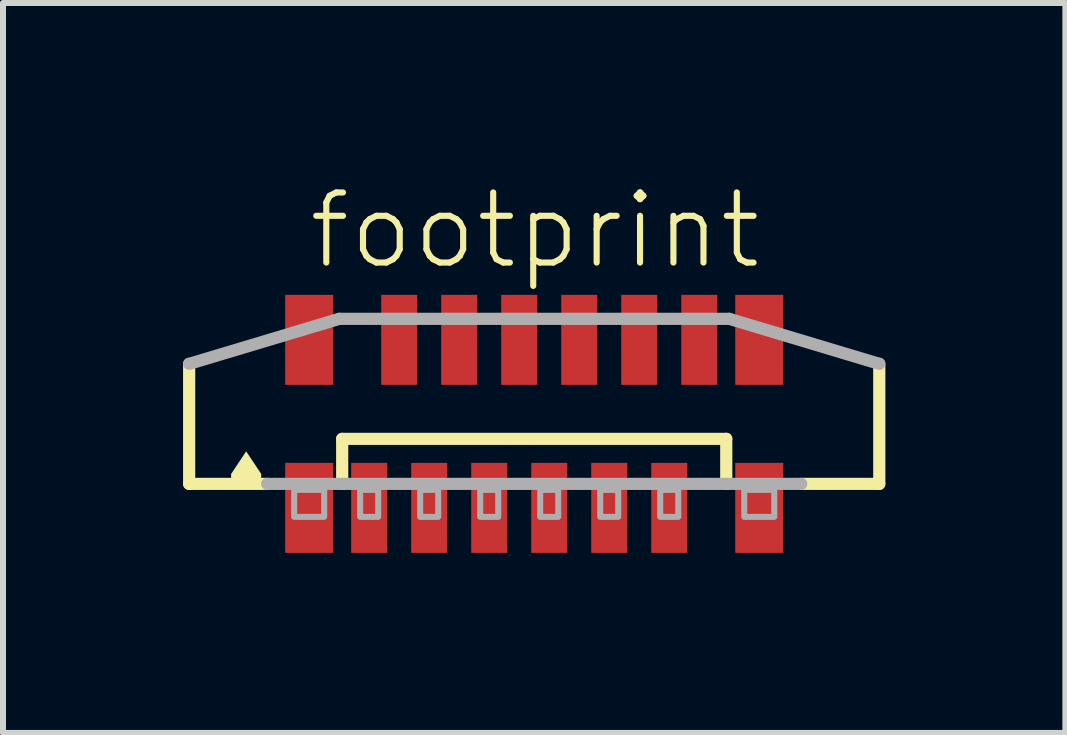
<source format=kicad_pcb>
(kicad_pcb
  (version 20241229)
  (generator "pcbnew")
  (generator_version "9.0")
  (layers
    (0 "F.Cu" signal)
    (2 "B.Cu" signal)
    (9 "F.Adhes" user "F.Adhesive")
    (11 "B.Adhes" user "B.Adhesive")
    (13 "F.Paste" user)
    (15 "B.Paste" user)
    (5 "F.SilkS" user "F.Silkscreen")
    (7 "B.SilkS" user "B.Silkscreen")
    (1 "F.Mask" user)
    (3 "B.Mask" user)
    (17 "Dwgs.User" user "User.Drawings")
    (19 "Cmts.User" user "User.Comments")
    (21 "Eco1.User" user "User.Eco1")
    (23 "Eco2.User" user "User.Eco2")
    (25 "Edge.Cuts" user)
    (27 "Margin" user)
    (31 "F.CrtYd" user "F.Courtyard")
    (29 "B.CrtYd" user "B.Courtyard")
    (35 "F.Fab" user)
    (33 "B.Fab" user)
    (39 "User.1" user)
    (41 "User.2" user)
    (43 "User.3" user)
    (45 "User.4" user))
  (footprint "footprint"
    (layer "F.Cu")
    (at 5.852 4.013)
    (property "Reference" "footprint" (at -3.81 -2.54 0) (layer "F.SilkS") (effects (font (size 1.168 1.168) (thickness 0.102)) (justify left bottom)))
    (fp_line (start -5.75 1) (end -5.75 -1) (stroke (width 0.203) (type solid)) (layer "F.SilkS"))
    (fp_line (start -4.45 1) (end -5.75 1) (stroke (width 0.203) (type solid)) (layer "F.SilkS"))
    (fp_line (start -3.2 0.25) (end 3.2 0.25) (stroke (width 0.203) (type solid)) (layer "F.SilkS"))
    (fp_line (start -3.2 1) (end -3.2 0.25) (stroke (width 0.203) (type solid)) (layer "F.SilkS"))
    (fp_line (start 3.2 0.25) (end 3.2 1) (stroke (width 0.203) (type solid)) (layer "F.SilkS"))
    (fp_line (start 5.75 -1) (end 5.75 1) (stroke (width 0.203) (type solid)) (layer "F.SilkS"))
    (fp_line (start 5.75 1) (end 4.45 1) (stroke (width 0.203) (type solid)) (layer "F.SilkS"))
    (fp_poly (pts (xy -4.549 0.835) (xy -4.549 1.001) (xy -5.051 1.001) (xy -5.051 0.835) (xy -4.8 0.458)) (stroke (width 0) (type solid)) (fill yes) (layer "F.SilkS"))
    (fp_line (start -5.75 -1) (end -3.25 -1.75) (stroke (width 0.203) (type solid)) (layer "F.Fab"))
    (fp_line (start -3.25 -1.75) (end 3.25 -1.75) (stroke (width 0.203) (type solid)) (layer "F.Fab"))
    (fp_line (start 3.25 -1.75) (end 5.75 -1) (stroke (width 0.203) (type solid)) (layer "F.Fab"))
    (fp_line (start 4.45 1) (end -4.45 1) (stroke (width 0.203) (type solid)) (layer "F.Fab"))
    (fp_poly (pts (xy -4 1.55) (xy -3.5 1.55) (xy -3.5 1.1) (xy -4 1.1)) (stroke (width 0.1) (type solid)) (fill no) (layer "F.Fab"))
    (fp_poly (pts (xy -2.9 1.55) (xy -2.6 1.55) (xy -2.6 1.1) (xy -2.9 1.1)) (stroke (width 0.1) (type solid)) (fill no) (layer "F.Fab"))
    (fp_poly (pts (xy -1.9 1.55) (xy -1.6 1.55) (xy -1.6 1.1) (xy -1.9 1.1)) (stroke (width 0.1) (type solid)) (fill no) (layer "F.Fab"))
    (fp_poly (pts (xy -0.9 1.55) (xy -0.6 1.55) (xy -0.6 1.1) (xy -0.9 1.1)) (stroke (width 0.1) (type solid)) (fill no) (layer "F.Fab"))
    (fp_poly (pts (xy 0.1 1.55) (xy 0.4 1.55) (xy 0.4 1.1) (xy 0.1 1.1)) (stroke (width 0.1) (type solid)) (fill no) (layer "F.Fab"))
    (fp_poly (pts (xy 1.1 1.55) (xy 1.4 1.55) (xy 1.4 1.1) (xy 1.1 1.1)) (stroke (width 0.1) (type solid)) (fill no) (layer "F.Fab"))
    (fp_poly (pts (xy 2.1 1.55) (xy 2.4 1.55) (xy 2.4 1.1) (xy 2.1 1.1)) (stroke (width 0.1) (type solid)) (fill no) (layer "F.Fab"))
    (fp_poly (pts (xy 3.5 1.55) (xy 4 1.55) (xy 4 1.1) (xy 3.5 1.1)) (stroke (width 0.1) (type solid)) (fill no) (layer "F.Fab"))
    (pad "1" smd rect (at -2.75 1.4) (size 0.6 1.5) (layers "F.Cu" "F.Mask" "F.Paste"))
    (pad "2" smd rect (at -2.25 -1.4 180) (size 0.6 1.5) (layers "F.Cu" "F.Mask" "F.Paste"))
    (pad "3" smd rect (at -1.75 1.4) (size 0.6 1.5) (layers "F.Cu" "F.Mask" "F.Paste"))
    (pad "4" smd rect (at -1.25 -1.4 180) (size 0.6 1.5) (layers "F.Cu" "F.Mask" "F.Paste"))
    (pad "5" smd rect (at -0.75 1.4) (size 0.6 1.5) (layers "F.Cu" "F.Mask" "F.Paste"))
    (pad "6" smd rect (at -0.25 -1.4 180) (size 0.6 1.5) (layers "F.Cu" "F.Mask" "F.Paste"))
    (pad "7" smd rect (at 0.25 1.4) (size 0.6 1.5) (layers "F.Cu" "F.Mask" "F.Paste"))
    (pad "8" smd rect (at 0.75 -1.4 180) (size 0.6 1.5) (layers "F.Cu" "F.Mask" "F.Paste"))
    (pad "9" smd rect (at 1.25 1.4) (size 0.6 1.5) (layers "F.Cu" "F.Mask" "F.Paste"))
    (pad "10" smd rect (at 1.75 -1.4 180) (size 0.6 1.5) (layers "F.Cu" "F.Mask" "F.Paste"))
    (pad "11" smd rect (at 2.25 1.4) (size 0.6 1.5) (layers "F.Cu" "F.Mask" "F.Paste"))
    (pad "12" smd rect (at 2.75 -1.4 180) (size 0.6 1.5) (layers "F.Cu" "F.Mask" "F.Paste"))
    (pad "M1" smd rect (at -3.75 1.4) (size 0.8 1.5) (layers "F.Cu" "F.Mask" "F.Paste"))
    (pad "M2" smd rect (at 3.75 1.4) (size 0.8 1.5) (layers "F.Cu" "F.Mask" "F.Paste"))
    (pad "M3" smd rect (at 3.75 -1.4 180) (size 0.8 1.5) (layers "F.Cu" "F.Mask" "F.Paste"))
    (pad "M4" smd rect (at -3.75 -1.4 180) (size 0.8 1.5) (layers "F.Cu" "F.Mask" "F.Paste")))
  (gr_rect
    (start -3 -3)
    (end 14.703 9.163)
    (stroke (width 0.1) (type default))
    (fill no)
    (layer "Edge.Cuts")))
</source>
